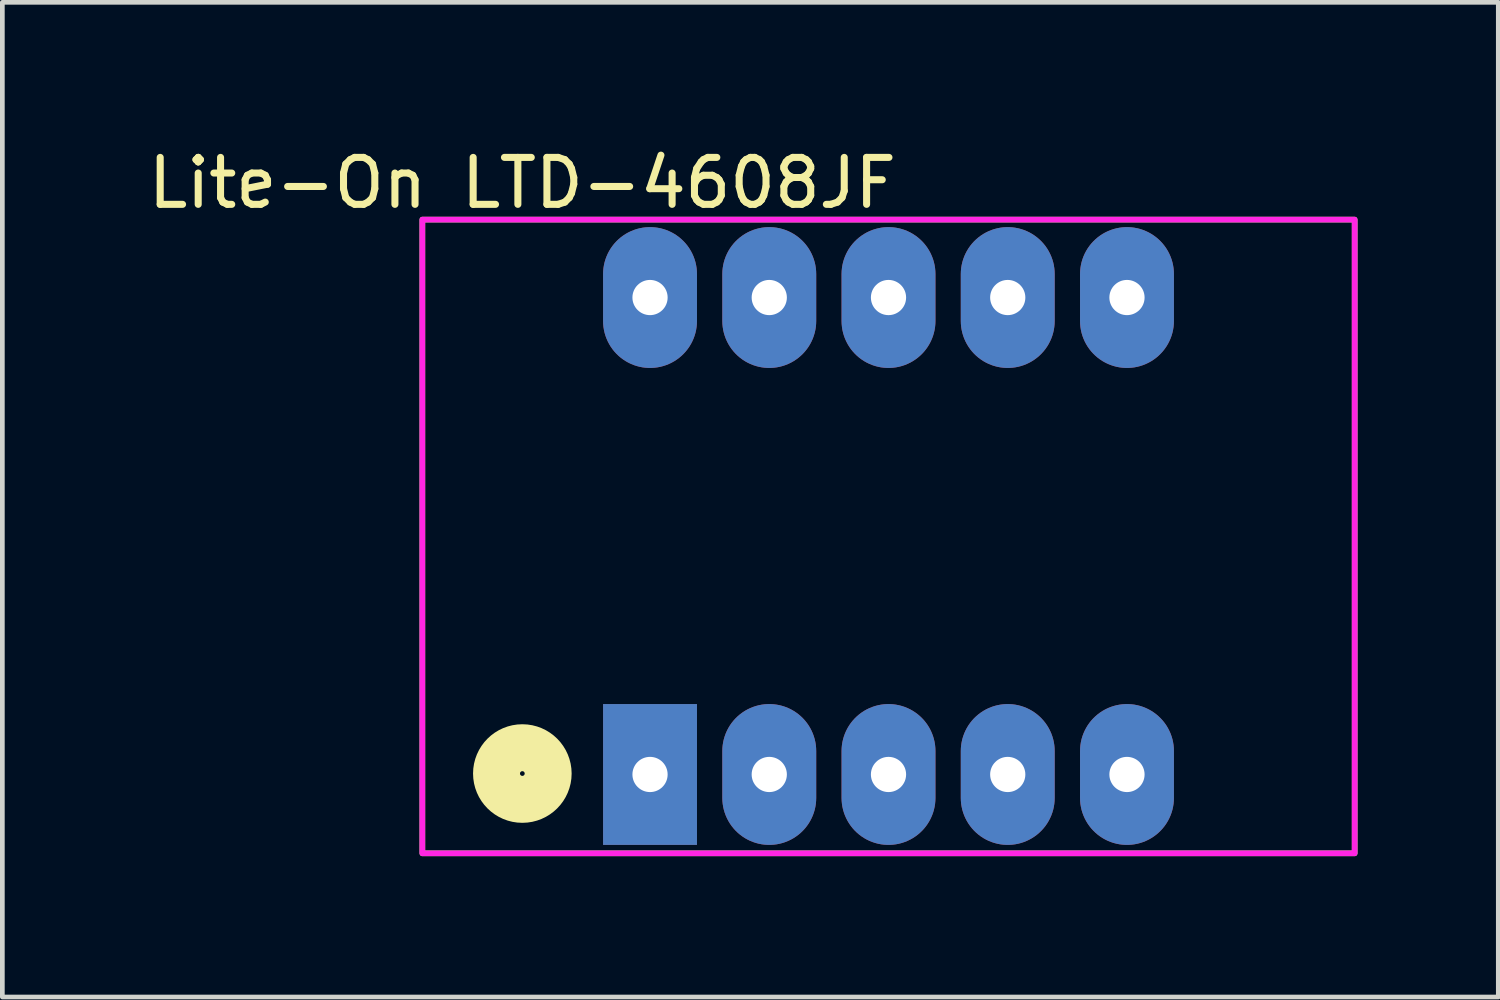
<source format=kicad_pcb>
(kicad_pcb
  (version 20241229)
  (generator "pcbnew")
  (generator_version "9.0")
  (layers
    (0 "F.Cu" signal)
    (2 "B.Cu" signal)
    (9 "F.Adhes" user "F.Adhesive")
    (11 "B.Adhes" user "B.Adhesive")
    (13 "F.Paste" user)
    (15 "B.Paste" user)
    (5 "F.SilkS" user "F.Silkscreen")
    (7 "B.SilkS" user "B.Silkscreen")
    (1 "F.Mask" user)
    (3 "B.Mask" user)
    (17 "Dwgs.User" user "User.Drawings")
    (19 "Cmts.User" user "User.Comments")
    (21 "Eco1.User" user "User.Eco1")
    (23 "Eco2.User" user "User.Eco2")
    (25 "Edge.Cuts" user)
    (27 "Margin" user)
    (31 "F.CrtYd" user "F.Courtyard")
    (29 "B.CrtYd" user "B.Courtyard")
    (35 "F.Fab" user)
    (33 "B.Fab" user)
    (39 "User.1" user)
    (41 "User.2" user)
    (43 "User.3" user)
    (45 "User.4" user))
  (footprint "Lite-On LTD-4608JF"
    (layer "F.Cu")
    (at 15.877 8.348)
    (property "Reference" "Lite-On LTD-4608JF" (at -7.8 -7.5 0) (unlocked yes) (layer "F.SilkS") (effects (font (size 1 1) (thickness 0.15))))
    (attr through_hole)
    (fp_rect (start -9.93 -6.72) (end 9.93 6.78) (stroke (width 0.12) (type default)) (fill no) (layer "F.SilkS"))
    (fp_circle (center -7.8 5.08) (end -7.75 5.08) (stroke (width 1) (type default)) (fill no) (layer "F.SilkS"))
    (fp_rect (start -9.93 -6.72) (end 9.93 6.78) (stroke (width 0.12) (type default)) (fill no) (layer "F.CrtYd"))
    (pad "1" thru_hole rect (at -5.08 5.1) (size 2 3) (drill 0.75) (layers "*.Cu" "*.Mask"))
    (pad "2" thru_hole oval (at -2.54 5.1) (size 2 3) (drill 0.75) (layers "*.Cu" "*.Mask"))
    (pad "3" thru_hole oval (at 0 5.1) (size 2 3) (drill 0.75) (layers "*.Cu" "*.Mask"))
    (pad "4" thru_hole oval (at 2.54 5.1) (size 2 3) (drill 0.75) (layers "*.Cu" "*.Mask"))
    (pad "5" thru_hole oval (at 5.08 5.1) (size 2 3) (drill 0.75) (layers "*.Cu" "*.Mask"))
    (pad "6" thru_hole oval (at 5.08 -5.06) (size 2 3) (drill 0.75) (layers "*.Cu" "*.Mask"))
    (pad "7" thru_hole oval (at 2.54 -5.06) (size 2 3) (drill 0.75) (layers "*.Cu" "*.Mask"))
    (pad "8" thru_hole oval (at 0 -5.06) (size 2 3) (drill 0.75) (layers "*.Cu" "*.Mask"))
    (pad "9" thru_hole oval (at -2.54 -5.06) (size 2 3) (drill 0.75) (layers "*.Cu" "*.Mask"))
    (pad "10" thru_hole oval (at -5.08 -5.06) (size 2 3) (drill 0.75) (layers "*.Cu" "*.Mask")))
  (gr_rect
    (start -3 -3)
    (end 28.867 18.188)
    (stroke (width 0.1) (type default))
    (fill no)
    (layer "Edge.Cuts")))
</source>
